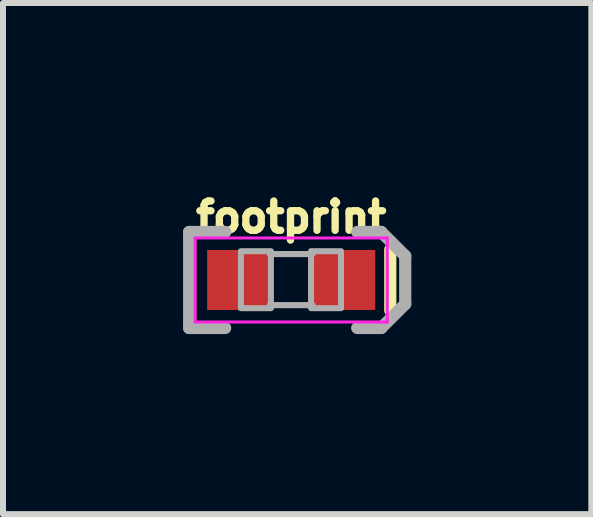
<source format=kicad_pcb>
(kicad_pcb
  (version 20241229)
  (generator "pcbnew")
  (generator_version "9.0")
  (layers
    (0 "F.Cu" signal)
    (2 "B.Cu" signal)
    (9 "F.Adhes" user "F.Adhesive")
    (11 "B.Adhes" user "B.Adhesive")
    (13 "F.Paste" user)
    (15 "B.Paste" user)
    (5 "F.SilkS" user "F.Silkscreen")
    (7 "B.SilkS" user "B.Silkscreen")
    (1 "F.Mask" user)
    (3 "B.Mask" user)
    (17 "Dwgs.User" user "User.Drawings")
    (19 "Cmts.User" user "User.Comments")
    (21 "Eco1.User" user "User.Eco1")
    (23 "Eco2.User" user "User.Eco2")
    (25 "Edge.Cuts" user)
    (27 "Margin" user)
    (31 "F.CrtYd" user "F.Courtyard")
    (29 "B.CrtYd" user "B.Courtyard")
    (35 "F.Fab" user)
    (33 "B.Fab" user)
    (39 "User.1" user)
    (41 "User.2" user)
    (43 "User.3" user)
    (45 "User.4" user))
  (footprint "footprint"
    (layer "F.Cu")
    (at 1.802 1.615)
    (property "Reference" "footprint" (at 0 -0.762 0) (layer "F.SilkS") (effects (font (size 0.488 0.488) (thickness 0.122)) (justify bottom)))
    (fp_line (start 1.651 -0.508) (end 1.651 0.508) (stroke (width 0.203) (type solid)) (layer "F.SilkS"))
    (fp_line (start -1.6 -0.7) (end 1.6 -0.7) (stroke (width 0.051) (type solid)) (layer "F.CrtYd"))
    (fp_line (start -1.6 0.7) (end -1.6 -0.7) (stroke (width 0.051) (type solid)) (layer "F.CrtYd"))
    (fp_line (start 1.6 -0.7) (end 1.6 0.7) (stroke (width 0.051) (type solid)) (layer "F.CrtYd"))
    (fp_line (start 1.6 0.7) (end -1.6 0.7) (stroke (width 0.051) (type solid)) (layer "F.CrtYd"))
    (fp_line (start -1.7 -0.8) (end -1.1 -0.8) (stroke (width 0.203) (type solid)) (layer "F.Fab"))
    (fp_line (start -1.7 0.8) (end -1.7 -0.8) (stroke (width 0.203) (type solid)) (layer "F.Fab"))
    (fp_line (start -1.1 0.8) (end -1.7 0.8) (stroke (width 0.203) (type solid)) (layer "F.Fab"))
    (fp_line (start -0.356 -0.432) (end 0.356 -0.432) (stroke (width 0.102) (type solid)) (layer "F.Fab"))
    (fp_line (start -0.356 0.419) (end 0.356 0.419) (stroke (width 0.102) (type solid)) (layer "F.Fab"))
    (fp_line (start 1.1 0.8) (end 1.5 0.8) (stroke (width 0.203) (type solid)) (layer "F.Fab"))
    (fp_line (start 1.5 -0.8) (end 1.1 -0.8) (stroke (width 0.203) (type solid)) (layer "F.Fab"))
    (fp_line (start 1.5 0.8) (end 1.9 0.4) (stroke (width 0.203) (type solid)) (layer "F.Fab"))
    (fp_line (start 1.9 -0.4) (end 1.5 -0.8) (stroke (width 0.203) (type solid)) (layer "F.Fab"))
    (fp_line (start 1.9 0.4) (end 1.9 -0.4) (stroke (width 0.203) (type solid)) (layer "F.Fab"))
    (fp_poly (pts (xy -0.838 0.47) (xy -0.338 0.47) (xy -0.338 -0.48) (xy -0.838 -0.48)) (stroke (width 0.1) (type solid)) (fill no) (layer "F.Fab"))
    (fp_poly (pts (xy 0.33 0.47) (xy 0.83 0.47) (xy 0.83 -0.48) (xy 0.33 -0.48)) (stroke (width 0.1) (type solid)) (fill no) (layer "F.Fab"))
    (pad "+" smd rect (at 0.85 0) (size 1.1 1) (layers "F.Cu" "F.Mask" "F.Paste"))
    (pad "-" smd rect (at -0.85 0) (size 1.1 1) (layers "F.Cu" "F.Mask" "F.Paste")))
  (gr_rect
    (start -3 -3)
    (end 6.803 5.517)
    (stroke (width 0.1) (type default))
    (fill no)
    (layer "Edge.Cuts")))
</source>
